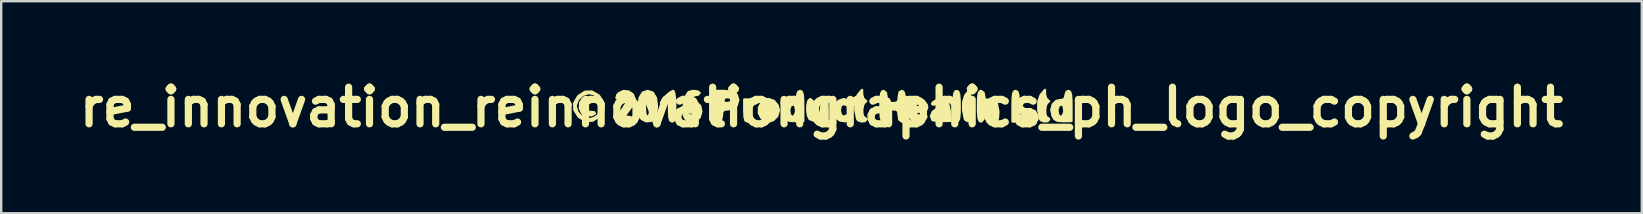
<source format=kicad_pcb>
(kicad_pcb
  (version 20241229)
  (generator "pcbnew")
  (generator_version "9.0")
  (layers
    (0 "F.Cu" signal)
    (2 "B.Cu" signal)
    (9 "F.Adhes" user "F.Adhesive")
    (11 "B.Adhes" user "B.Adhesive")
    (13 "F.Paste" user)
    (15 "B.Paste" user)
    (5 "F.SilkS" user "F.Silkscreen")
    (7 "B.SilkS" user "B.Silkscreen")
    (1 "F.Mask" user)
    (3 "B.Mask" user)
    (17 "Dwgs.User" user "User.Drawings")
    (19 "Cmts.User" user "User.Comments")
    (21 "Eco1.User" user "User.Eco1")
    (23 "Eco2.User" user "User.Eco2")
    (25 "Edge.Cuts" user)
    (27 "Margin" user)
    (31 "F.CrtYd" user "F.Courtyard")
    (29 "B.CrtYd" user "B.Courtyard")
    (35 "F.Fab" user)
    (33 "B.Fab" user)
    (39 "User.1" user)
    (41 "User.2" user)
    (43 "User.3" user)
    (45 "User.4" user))
  (footprint "re_innovation_reinnovationgraphics_ph_logo_copyright"
    (layer "F.Cu")
    (at 31.177 1.418)
    (property "Reference" "re_innovation_reinnovationgraphics_ph_logo_copyright" (at 0 0 0) (layer "F.SilkS") (effects (font (size 1.524 1.524) (thickness 0.3))))
    (attr through_hole)
    (fp_poly (pts (xy -2.629 -0.245) (xy -2.696 -0.178) (xy -2.794 -0.145) (xy -2.907 -0.078) (xy -2.956 0.076) (xy -2.963 0.246) (xy -2.983 0.485) (xy -3.05 0.585) (xy -3.09 0.593) (xy -3.168 0.55) (xy -3.207 0.402) (xy -3.217 0.135) (xy -3.217 -0.322) (xy -2.921 -0.322) (xy -2.708 -0.299) (xy -2.629 -0.245)) (stroke (width 0.1) (type solid)) (fill yes) (layer "F.SilkS"))
    (fp_poly (pts (xy 5.757 -0.042) (xy 5.751 0.293) (xy 5.727 0.489) (xy 5.679 0.578) (xy 5.63 0.593) (xy 5.563 0.559) (xy 5.524 0.439) (xy 5.506 0.201) (xy 5.503 -0.042) (xy 5.51 -0.377) (xy 5.534 -0.574) (xy 5.582 -0.663) (xy 5.63 -0.677) (xy 5.697 -0.644) (xy 5.737 -0.524) (xy 5.754 -0.286) (xy 5.757 -0.042)) (stroke (width 0.1) (type solid)) (fill yes) (layer "F.SilkS"))
    (fp_poly (pts (xy 8.805 0.466) (xy 8.76 0.546) (xy 8.603 0.585) (xy 8.382 0.593) (xy 7.959 0.593) (xy 7.959 -0.042) (xy 7.965 -0.377) (xy 7.989 -0.574) (xy 8.037 -0.663) (xy 8.086 -0.677) (xy 8.159 -0.638) (xy 8.199 -0.5) (xy 8.212 -0.231) (xy 8.213 -0.169) (xy 8.213 0.339) (xy 8.509 0.339) (xy 8.728 0.366) (xy 8.805 0.454) (xy 8.805 0.466)) (stroke (width 0.1) (type solid)) (fill yes) (layer "F.SilkS"))
    (fp_poly (pts (xy -9.443 0.259) (xy -9.57 0.328) (xy -9.765 0.328) (xy -9.942 0.263) (xy -9.974 0.237) (xy -10.065 0.044) (xy -10.051 -0.186) (xy -9.974 -0.322) (xy -9.814 -0.402) (xy -9.616 -0.419) (xy -9.464 -0.368) (xy -9.443 -0.344) (xy -9.478 -0.292) (xy -9.629 -0.28) (xy -9.795 -0.27) (xy -9.856 -0.176) (xy -9.864 -0.042) (xy -9.844 0.136) (xy -9.753 0.196) (xy -9.629 0.195) (xy -9.477 0.208) (xy -9.443 0.259)) (stroke (width 0.1) (type solid)) (fill yes) (layer "F.SilkS"))
    (fp_poly (pts (xy 1.863 0.508) (xy 1.798 0.578) (xy 1.659 0.588) (xy 1.528 0.541) (xy 1.486 0.487) (xy 1.411 0.111) (xy 1.417 -0.233) (xy 1.502 -0.491) (xy 1.529 -0.53) (xy 1.688 -0.72) (xy 1.691 -0.536) (xy 1.736 -0.368) (xy 1.799 -0.303) (xy 1.861 -0.248) (xy 1.799 -0.205) (xy 1.733 -0.104) (xy 1.699 0.076) (xy 1.7 0.267) (xy 1.739 0.4) (xy 1.778 0.423) (xy 1.86 0.488) (xy 1.863 0.508)) (stroke (width 0.1) (type solid)) (fill yes) (layer "F.SilkS"))
    (fp_poly (pts (xy 6.35 0.508) (xy 6.286 0.578) (xy 6.147 0.588) (xy 6.015 0.541) (xy 5.973 0.487) (xy 5.899 0.111) (xy 5.905 -0.233) (xy 5.989 -0.491) (xy 6.017 -0.53) (xy 6.175 -0.72) (xy 6.178 -0.536) (xy 6.224 -0.368) (xy 6.287 -0.303) (xy 6.349 -0.248) (xy 6.287 -0.205) (xy 6.22 -0.104) (xy 6.186 0.076) (xy 6.187 0.267) (xy 6.226 0.4) (xy 6.265 0.423) (xy 6.348 0.488) (xy 6.35 0.508)) (stroke (width 0.1) (type solid)) (fill yes) (layer "F.SilkS"))
    (fp_poly (pts (xy 9.483 0.508) (xy 9.418 0.578) (xy 9.279 0.588) (xy 9.148 0.541) (xy 9.106 0.487) (xy 9.031 0.111) (xy 9.037 -0.233) (xy 9.122 -0.491) (xy 9.149 -0.53) (xy 9.308 -0.72) (xy 9.311 -0.536) (xy 9.356 -0.368) (xy 9.419 -0.303) (xy 9.481 -0.248) (xy 9.419 -0.205) (xy 9.353 -0.104) (xy 9.319 0.076) (xy 9.32 0.267) (xy 9.359 0.4) (xy 9.398 0.423) (xy 9.48 0.488) (xy 9.483 0.508)) (stroke (width 0.1) (type solid)) (fill yes) (layer "F.SilkS"))
    (fp_poly (pts (xy -6.096 -0.042) (xy -6.103 0.293) (xy -6.127 0.489) (xy -6.174 0.578) (xy -6.223 0.593) (xy -6.303 0.548) (xy -6.342 0.392) (xy -6.35 0.166) (xy -6.355 -0.082) (xy -6.382 -0.194) (xy -6.447 -0.204) (xy -6.519 -0.169) (xy -6.653 -0.121) (xy -6.689 -0.178) (xy -6.628 -0.3) (xy -6.486 -0.462) (xy -6.319 -0.606) (xy -6.187 -0.676) (xy -6.176 -0.677) (xy -6.138 -0.6) (xy -6.11 -0.394) (xy -6.096 -0.102) (xy -6.096 -0.042)) (stroke (width 0.1) (type solid)) (fill yes) (layer "F.SilkS"))
    (fp_poly (pts (xy 1.228 0.363) (xy 1.174 0.479) (xy 0.992 0.583) (xy 0.774 0.552) (xy 0.641 0.46) (xy 0.533 0.269) (xy 0.508 0.127) (xy 0.569 -0.103) (xy 0.721 -0.266) (xy 0.916 -0.335) (xy 1.107 -0.286) (xy 1.174 -0.225) (xy 1.227 -0.095) (xy 1.163 -0.041) (xy 1.049 -0.093) (xy 0.901 -0.144) (xy 0.795 -0.051) (xy 0.762 0.127) (xy 0.807 0.326) (xy 0.92 0.4) (xy 1.049 0.347) (xy 1.177 0.296) (xy 1.228 0.363)) (stroke (width 0.1) (type solid)) (fill yes) (layer "F.SilkS"))
    (fp_poly (pts (xy -1.778 0.127) (xy -1.846 0.366) (xy -2.017 0.539) (xy -2.074 0.556) (xy -2.074 0.12) (xy -2.113 -0.076) (xy -2.2 -0.127) (xy -2.316 -0.056) (xy -2.366 0.114) (xy -2.335 0.308) (xy -2.25 0.409) (xy -2.154 0.375) (xy -2.086 0.233) (xy -2.074 0.12) (xy -2.074 0.556) (xy -2.201 0.593) (xy -2.388 0.535) (xy -2.492 0.46) (xy -2.607 0.247) (xy -2.602 0.009) (xy -2.495 -0.199) (xy -2.306 -0.324) (xy -2.201 -0.339) (xy -1.984 -0.263) (xy -1.827 -0.076) (xy -1.778 0.127)) (stroke (width 0.1) (type solid)) (fill yes) (layer "F.SilkS"))
    (fp_poly (pts (xy 0.254 0.573) (xy -0.073 0.577) (xy -0.31 0.557) (xy -0.478 0.5) (xy -0.497 0.486) (xy -0.565 0.342) (xy -0.594 0.127) (xy -0.586 -0.097) (xy -0.543 -0.273) (xy -0.471 -0.339) (xy -0.378 -0.264) (xy -0.327 -0.035) (xy -0.322 0.021) (xy -0.281 0.273) (xy -0.2 0.376) (xy -0.169 0.381) (xy -0.076 0.316) (xy -0.024 0.107) (xy -0.016 0.021) (xy 0.028 -0.236) (xy 0.113 -0.336) (xy 0.132 -0.339) (xy 0.207 -0.291) (xy 0.245 -0.129) (xy 0.254 0.117) (xy 0.254 0.573)) (stroke (width 0.1) (type solid)) (fill yes) (layer "F.SilkS"))
    (fp_poly (pts (xy -3.471 -0.296) (xy -3.539 -0.064) (xy -3.725 0.056) (xy -3.725 -0.296) (xy -3.799 -0.398) (xy -3.937 -0.423) (xy -4.107 -0.379) (xy -4.149 -0.296) (xy -4.075 -0.194) (xy -3.937 -0.169) (xy -3.767 -0.213) (xy -3.725 -0.296) (xy -3.725 0.056) (xy -3.736 0.063) (xy -3.912 0.085) (xy -4.08 0.108) (xy -4.142 0.213) (xy -4.149 0.339) (xy -4.187 0.54) (xy -4.276 0.593) (xy -4.343 0.559) (xy -4.382 0.439) (xy -4.4 0.201) (xy -4.403 -0.042) (xy -4.403 -0.677) (xy -4.039 -0.677) (xy -3.716 -0.64) (xy -3.532 -0.519) (xy -3.471 -0.307) (xy -3.471 -0.296)) (stroke (width 0.1) (type solid)) (fill yes) (layer "F.SilkS"))
    (fp_poly (pts (xy -0.762 0.573) (xy -1.058 0.577) (xy -1.058 0.12) (xy -1.097 -0.076) (xy -1.184 -0.127) (xy -1.3 -0.056) (xy -1.35 0.114) (xy -1.319 0.308) (xy -1.234 0.409) (xy -1.138 0.375) (xy -1.07 0.233) (xy -1.058 0.12) (xy -1.058 0.577) (xy -1.105 0.577) (xy -1.342 0.562) (xy -1.475 0.487) (xy -1.543 0.372) (xy -1.6 0.109) (xy -1.541 -0.119) (xy -1.386 -0.264) (xy -1.246 -0.293) (xy -1.075 -0.32) (xy -1.018 -0.435) (xy -1.016 -0.483) (xy -0.968 -0.64) (xy -0.889 -0.677) (xy -0.822 -0.644) (xy -0.782 -0.522) (xy -0.765 -0.283) (xy -0.762 -0.052) (xy -0.762 0.573)) (stroke (width 0.1) (type solid)) (fill yes) (layer "F.SilkS"))
    (fp_poly (pts (xy 10.414 0.573) (xy 10.118 0.577) (xy 10.118 0.12) (xy 10.079 -0.076) (xy 9.992 -0.127) (xy 9.876 -0.056) (xy 9.826 0.114) (xy 9.857 0.308) (xy 9.942 0.409) (xy 10.038 0.375) (xy 10.106 0.233) (xy 10.118 0.12) (xy 10.118 0.577) (xy 10.071 0.577) (xy 9.834 0.562) (xy 9.701 0.487) (xy 9.633 0.372) (xy 9.576 0.109) (xy 9.635 -0.119) (xy 9.79 -0.264) (xy 9.93 -0.293) (xy 10.101 -0.32) (xy 10.158 -0.435) (xy 10.16 -0.483) (xy 10.208 -0.64) (xy 10.287 -0.677) (xy 10.354 -0.644) (xy 10.394 -0.522) (xy 10.411 -0.283) (xy 10.414 -0.052) (xy 10.414 0.573)) (stroke (width 0.1) (type solid)) (fill yes) (layer "F.SilkS"))
    (fp_poly (pts (xy -7.789 -0.338) (xy -7.837 -0.188) (xy -7.957 0.021) (xy -8.005 0.089) (xy -8.221 0.381) (xy -8.005 0.408) (xy -7.826 0.453) (xy -7.795 0.511) (xy -7.897 0.564) (xy -8.114 0.592) (xy -8.17 0.593) (xy -8.398 0.578) (xy -8.534 0.542) (xy -8.551 0.521) (xy -8.505 0.416) (xy -8.388 0.227) (xy -8.297 0.098) (xy -8.113 -0.195) (xy -8.05 -0.397) (xy -8.108 -0.498) (xy -8.17 -0.508) (xy -8.283 -0.462) (xy -8.297 -0.423) (xy -8.366 -0.348) (xy -8.424 -0.339) (xy -8.54 -0.383) (xy -8.513 -0.5) (xy -8.45 -0.576) (xy -8.256 -0.674) (xy -8.041 -0.654) (xy -7.866 -0.538) (xy -7.79 -0.348) (xy -7.789 -0.338)) (stroke (width 0.1) (type solid)) (fill yes) (layer "F.SilkS"))
    (fp_poly (pts (xy -6.858 -0.042) (xy -6.882 0.213) (xy -6.94 0.418) (xy -6.946 0.429) (xy -7.098 0.562) (xy -7.124 0.565) (xy -7.124 -0.015) (xy -7.128 -0.094) (xy -7.161 -0.318) (xy -7.214 -0.45) (xy -7.239 -0.466) (xy -7.297 -0.391) (xy -7.34 -0.21) (xy -7.359 0.018) (xy -7.348 0.23) (xy -7.327 0.319) (xy -7.257 0.412) (xy -7.19 0.366) (xy -7.141 0.214) (xy -7.124 -0.015) (xy -7.124 0.565) (xy -7.302 0.584) (xy -7.484 0.494) (xy -7.532 0.429) (xy -7.592 0.233) (xy -7.62 -0.022) (xy -7.62 -0.042) (xy -7.576 -0.394) (xy -7.445 -0.608) (xy -7.239 -0.677) (xy -7.028 -0.604) (xy -6.9 -0.386) (xy -6.858 -0.042)) (stroke (width 0.1) (type solid)) (fill yes) (layer "F.SilkS"))
    (fp_poly (pts (xy 4.403 0.017) (xy 4.355 0.13) (xy 4.188 0.168) (xy 4.149 0.169) (xy 4.149 -0.085) (xy 4.08 -0.16) (xy 4.022 -0.169) (xy 3.909 -0.124) (xy 3.895 -0.085) (xy 3.963 -0.01) (xy 4.022 0) (xy 4.134 -0.046) (xy 4.149 -0.085) (xy 4.149 0.169) (xy 4.142 0.169) (xy 3.952 0.198) (xy 3.918 0.275) (xy 4.021 0.345) (xy 4.194 0.354) (xy 4.352 0.347) (xy 4.371 0.394) (xy 4.323 0.46) (xy 4.134 0.573) (xy 3.904 0.577) (xy 3.742 0.491) (xy 3.669 0.338) (xy 3.641 0.127) (xy 3.696 -0.155) (xy 3.858 -0.309) (xy 4.022 -0.339) (xy 4.253 -0.27) (xy 4.386 -0.091) (xy 4.403 0.017)) (stroke (width 0.1) (type solid)) (fill yes) (layer "F.SilkS"))
    (fp_poly (pts (xy -5.009 0.18) (xy -5.078 0.419) (xy -5.234 0.558) (xy -5.448 0.585) (xy -5.645 0.494) (xy -5.674 0.464) (xy -5.74 0.325) (xy -5.677 0.264) (xy -5.522 0.308) (xy -5.498 0.323) (xy -5.361 0.383) (xy -5.291 0.323) (xy -5.281 0.298) (xy -5.258 0.088) (xy -5.363 -0.031) (xy -5.553 -0.033) (xy -5.676 -0.004) (xy -5.734 -0.019) (xy -5.734 -0.111) (xy -5.681 -0.314) (xy -5.631 -0.487) (xy -5.537 -0.633) (xy -5.34 -0.677) (xy -5.328 -0.677) (xy -5.152 -0.652) (xy -5.08 -0.593) (xy -5.151 -0.524) (xy -5.249 -0.508) (xy -5.391 -0.463) (xy -5.403 -0.359) (xy -5.29 -0.242) (xy -5.228 -0.211) (xy -5.058 -0.055) (xy -5.009 0.18)) (stroke (width 0.1) (type solid)) (fill yes) (layer "F.SilkS"))
    (fp_poly (pts (xy 7.366 0.222) (xy 7.348 0.469) (xy 7.289 0.58) (xy 7.239 0.593) (xy 7.156 0.544) (xy 7.118 0.376) (xy 7.112 0.205) (xy 7.102 -0.033) (xy 7.06 -0.141) (xy 6.971 -0.155) (xy 6.964 -0.154) (xy 6.857 -0.078) (xy 6.801 0.12) (xy 6.79 0.234) (xy 6.746 0.49) (xy 6.66 0.591) (xy 6.641 0.593) (xy 6.576 0.555) (xy 6.538 0.424) (xy 6.522 0.169) (xy 6.519 -0.042) (xy 6.526 -0.377) (xy 6.55 -0.574) (xy 6.598 -0.663) (xy 6.646 -0.677) (xy 6.749 -0.604) (xy 6.773 -0.474) (xy 6.801 -0.326) (xy 6.911 -0.307) (xy 6.943 -0.314) (xy 7.16 -0.304) (xy 7.303 -0.147) (xy 7.364 0.147) (xy 7.366 0.222)) (stroke (width 0.1) (type solid)) (fill yes) (layer "F.SilkS"))
    (fp_poly (pts (xy -9.085 0.085) (xy -9.171 0.236) (xy -9.171 -0.159) (xy -9.282 -0.392) (xy -9.488 -0.551) (xy -9.694 -0.593) (xy -9.947 -0.517) (xy -10.148 -0.328) (xy -10.243 -0.079) (xy -10.245 -0.042) (xy -10.169 0.21) (xy -9.98 0.411) (xy -9.731 0.506) (xy -9.694 0.508) (xy -9.475 0.449) (xy -9.313 0.339) (xy -9.175 0.101) (xy -9.171 -0.159) (xy -9.171 0.236) (xy -9.242 0.359) (xy -9.267 0.385) (xy -9.538 0.558) (xy -9.822 0.567) (xy -10.095 0.41) (xy -10.122 0.385) (xy -10.295 0.114) (xy -10.304 -0.17) (xy -10.147 -0.443) (xy -10.122 -0.47) (xy -9.851 -0.643) (xy -9.567 -0.652) (xy -9.293 -0.495) (xy -9.267 -0.47) (xy -9.094 -0.199) (xy -9.085 0.085)) (stroke (width 0.1) (type solid)) (fill yes) (layer "F.SilkS"))
    (fp_poly (pts (xy 5.378 0.566) (xy 5.064 0.571) (xy 5.064 0.259) (xy 5.041 0.181) (xy 4.99 0.185) (xy 4.862 0.292) (xy 4.842 0.333) (xy 4.865 0.412) (xy 4.916 0.407) (xy 5.044 0.3) (xy 5.064 0.259) (xy 5.064 0.571) (xy 5.024 0.572) (xy 4.793 0.564) (xy 4.642 0.54) (xy 4.621 0.528) (xy 4.561 0.37) (xy 4.632 0.197) (xy 4.81 0.065) (xy 4.826 0.059) (xy 5.022 -0.041) (xy 5.07 -0.121) (xy 4.973 -0.155) (xy 4.816 -0.138) (xy 4.644 -0.112) (xy 4.609 -0.143) (xy 4.657 -0.212) (xy 4.833 -0.317) (xy 5.05 -0.327) (xy 5.224 -0.24) (xy 5.229 -0.233) (xy 5.291 -0.085) (xy 5.339 0.151) (xy 5.347 0.22) (xy 5.378 0.566)) (stroke (width 0.1) (type solid)) (fill yes) (layer "F.SilkS"))
    (fp_poly (pts (xy 3.471 -0.042) (xy 3.465 0.293) (xy 3.441 0.489) (xy 3.393 0.578) (xy 3.344 0.593) (xy 3.244 0.517) (xy 3.217 0.339) (xy 3.196 0.159) (xy 3.097 0.092) (xy 2.963 0.085) (xy 2.783 0.106) (xy 2.717 0.205) (xy 2.709 0.339) (xy 2.671 0.54) (xy 2.582 0.593) (xy 2.515 0.559) (xy 2.476 0.439) (xy 2.458 0.201) (xy 2.455 -0.042) (xy 2.462 -0.377) (xy 2.486 -0.574) (xy 2.534 -0.663) (xy 2.582 -0.677) (xy 2.683 -0.602) (xy 2.709 -0.423) (xy 2.73 -0.243) (xy 2.829 -0.177) (xy 2.963 -0.169) (xy 3.143 -0.19) (xy 3.21 -0.289) (xy 3.217 -0.423) (xy 3.255 -0.625) (xy 3.344 -0.677) (xy 3.411 -0.644) (xy 3.451 -0.524) (xy 3.468 -0.286) (xy 3.471 -0.042)) (stroke (width 0.1) (type solid)) (fill yes) (layer "F.SilkS")))
  (gr_rect
    (start -3 -3)
    (end 65.353 5.836)
    (stroke (width 0.1) (type default))
    (fill no)
    (layer "Edge.Cuts")))
</source>
